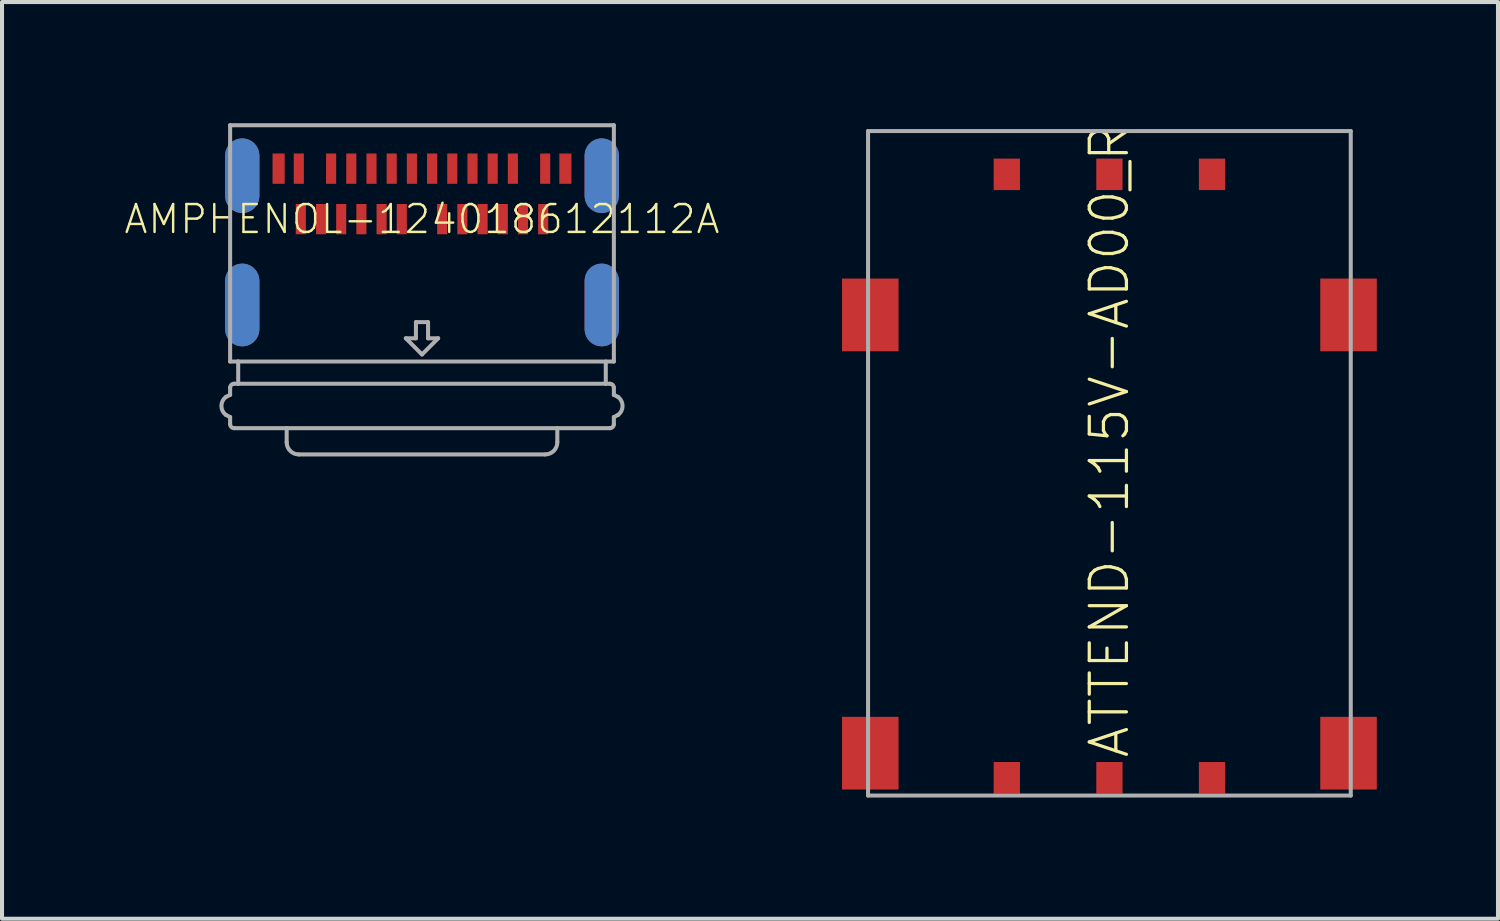
<source format=kicad_pcb>
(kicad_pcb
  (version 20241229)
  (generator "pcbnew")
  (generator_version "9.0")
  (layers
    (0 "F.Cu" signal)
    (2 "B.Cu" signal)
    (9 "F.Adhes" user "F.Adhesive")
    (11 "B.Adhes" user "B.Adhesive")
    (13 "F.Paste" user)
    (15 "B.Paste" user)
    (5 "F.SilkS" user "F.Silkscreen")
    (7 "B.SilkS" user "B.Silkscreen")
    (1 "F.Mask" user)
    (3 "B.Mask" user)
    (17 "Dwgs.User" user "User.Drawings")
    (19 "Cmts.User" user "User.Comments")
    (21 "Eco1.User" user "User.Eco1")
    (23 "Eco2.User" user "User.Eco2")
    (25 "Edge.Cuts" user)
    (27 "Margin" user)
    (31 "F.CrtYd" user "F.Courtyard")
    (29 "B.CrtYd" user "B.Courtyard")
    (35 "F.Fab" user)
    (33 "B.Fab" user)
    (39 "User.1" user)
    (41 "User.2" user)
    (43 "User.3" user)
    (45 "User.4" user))
  (footprint "ATTEND-115V-AD00_R"
    (layer "F.Cu")
    (at 24.415 7.87)
    (property "Reference" "ATTEND-115V-AD00_R" (at 0 0 90) (unlocked yes) (layer "F.SilkS") (effects (font (size 0.92 0.92) (thickness 0.08))))
    (fp_poly (pts (xy -5.22 -2.225) (xy -6.62 -2.225) (xy -6.62 -4.025) (xy -5.22 -4.025)) (stroke (width 0) (type default)) (fill yes) (layer "F.Paste"))
    (fp_poly (pts (xy -5.22 8.625) (xy -6.62 8.625) (xy -6.62 6.825) (xy -5.22 6.825)) (stroke (width 0) (type default)) (fill yes) (layer "F.Paste"))
    (fp_poly (pts (xy -2.215 -6.215) (xy -2.865 -6.215) (xy -2.865 -6.995) (xy -2.215 -6.995)) (stroke (width 0) (type default)) (fill yes) (layer "F.Paste"))
    (fp_poly (pts (xy -2.215 8.725) (xy -2.865 8.725) (xy -2.865 7.945) (xy -2.215 7.945)) (stroke (width 0) (type default)) (fill yes) (layer "F.Paste"))
    (fp_poly (pts (xy 0.325 -6.215) (xy -0.325 -6.215) (xy -0.325 -6.995) (xy 0.325 -6.995)) (stroke (width 0) (type default)) (fill yes) (layer "F.Paste"))
    (fp_poly (pts (xy 0.325 8.725) (xy -0.325 8.725) (xy -0.325 7.945) (xy 0.325 7.945)) (stroke (width 0) (type default)) (fill yes) (layer "F.Paste"))
    (fp_poly (pts (xy 2.865 -6.215) (xy 2.215 -6.215) (xy 2.215 -6.995) (xy 2.865 -6.995)) (stroke (width 0) (type default)) (fill yes) (layer "F.Paste"))
    (fp_poly (pts (xy 2.865 8.725) (xy 2.215 8.725) (xy 2.215 7.945) (xy 2.865 7.945)) (stroke (width 0) (type default)) (fill yes) (layer "F.Paste"))
    (fp_poly (pts (xy 6.62 -2.225) (xy 5.22 -2.225) (xy 5.22 -4.025) (xy 6.62 -4.025)) (stroke (width 0) (type default)) (fill yes) (layer "F.Paste"))
    (fp_poly (pts (xy 6.62 8.625) (xy 5.22 8.625) (xy 5.22 6.825) (xy 6.62 6.825)) (stroke (width 0) (type default)) (fill yes) (layer "F.Paste"))
    (fp_line (start -5.975 -7.675) (end -5.975 8.775) (stroke (width 0.1) (type solid)) (layer "F.Fab"))
    (fp_line (start -5.975 8.775) (end 5.975 8.775) (stroke (width 0.1) (type solid)) (layer "F.Fab"))
    (fp_line (start 5.975 -7.675) (end -5.975 -7.675) (stroke (width 0.1) (type solid)) (layer "F.Fab"))
    (fp_line (start 5.975 8.775) (end 5.975 -7.675) (stroke (width 0.1) (type solid)) (layer "F.Fab"))
    (pad "C1" smd rect (at 2.54 8.335) (size 0.65 0.78) (layers "F.Cu" "F.Mask"))
    (pad "C2" smd rect (at 0 8.335) (size 0.65 0.78) (layers "F.Cu" "F.Mask"))
    (pad "C3" smd rect (at -2.54 8.335) (size 0.65 0.78) (layers "F.Cu" "F.Mask"))
    (pad "C5" smd rect (at 2.54 -6.604) (size 0.65 0.78) (layers "F.Cu" "F.Mask"))
    (pad "C6" smd rect (at 0 -6.604) (size 0.65 0.78) (layers "F.Cu" "F.Mask"))
    (pad "C7" smd rect (at -2.54 -6.604) (size 0.65 0.78) (layers "F.Cu" "F.Mask"))
    (pad "S1" smd rect (at 5.92 7.726) (size 1.4 1.8) (layers "F.Cu" "F.Mask"))
    (pad "S2" smd rect (at -5.92 7.726) (size 1.4 1.8) (layers "F.Cu" "F.Mask"))
    (pad "S3" smd rect (at 5.92 -3.124) (size 1.4 1.8) (layers "F.Cu" "F.Mask"))
    (pad "S4" smd rect (at -5.92 -3.124) (size 1.4 1.8) (layers "F.Cu" "F.Mask")))
  (footprint "AMPHENOL-124018612112A"
    (layer "F.Cu")
    (at 7.397 2.375)
    (property "Reference" "AMPHENOL-124018612112A" (at 0 0 0) (unlocked yes) (layer "F.SilkS") (effects (font (size 0.69 0.69) (thickness 0.06))))
    (fp_line (start -4.45 -0.575) (end -4.45 -1.575) (stroke (width 0.95) (type solid)) (layer "F.Mask"))
    (fp_line (start -4.45 2.725) (end -4.45 1.525) (stroke (width 0.95) (type solid)) (layer "F.Mask"))
    (fp_line (start 4.45 -0.575) (end 4.45 -1.575) (stroke (width 0.95) (type solid)) (layer "F.Mask"))
    (fp_line (start 4.45 2.725) (end 4.45 1.525) (stroke (width 0.95) (type solid)) (layer "F.Mask"))
    (fp_poly (pts (xy -3.75 -0.825) (xy -3.35 -0.825) (xy -3.35 -1.675) (xy -3.75 -1.675)) (stroke (width 0) (type default)) (fill yes) (layer "F.Mask"))
    (fp_poly (pts (xy -3.225 -0.825) (xy -2.875 -0.825) (xy -2.875 -1.675) (xy -3.225 -1.675)) (stroke (width 0) (type default)) (fill yes) (layer "F.Mask"))
    (fp_poly (pts (xy -3.175 0.425) (xy -2.825 0.425) (xy -2.825 -0.425) (xy -3.175 -0.425)) (stroke (width 0) (type default)) (fill yes) (layer "F.Mask"))
    (fp_poly (pts (xy -2.675 0.425) (xy -2.325 0.425) (xy -2.325 -0.425) (xy -2.675 -0.425)) (stroke (width 0) (type default)) (fill yes) (layer "F.Mask"))
    (fp_poly (pts (xy -2.425 -0.825) (xy -2.075 -0.825) (xy -2.075 -1.675) (xy -2.425 -1.675)) (stroke (width 0) (type default)) (fill yes) (layer "F.Mask"))
    (fp_poly (pts (xy -2.175 0.425) (xy -1.825 0.425) (xy -1.825 -0.425) (xy -2.175 -0.425)) (stroke (width 0) (type default)) (fill yes) (layer "F.Mask"))
    (fp_poly (pts (xy -1.925 -0.825) (xy -1.575 -0.825) (xy -1.575 -1.675) (xy -1.925 -1.675)) (stroke (width 0) (type default)) (fill yes) (layer "F.Mask"))
    (fp_poly (pts (xy -1.675 0.425) (xy -1.325 0.425) (xy -1.325 -0.425) (xy -1.675 -0.425)) (stroke (width 0) (type default)) (fill yes) (layer "F.Mask"))
    (fp_poly (pts (xy -1.425 -0.825) (xy -1.075 -0.825) (xy -1.075 -1.675) (xy -1.425 -1.675)) (stroke (width 0) (type default)) (fill yes) (layer "F.Mask"))
    (fp_poly (pts (xy -1.175 0.425) (xy -0.825 0.425) (xy -0.825 -0.425) (xy -1.175 -0.425)) (stroke (width 0) (type default)) (fill yes) (layer "F.Mask"))
    (fp_poly (pts (xy -0.925 -0.825) (xy -0.575 -0.825) (xy -0.575 -1.675) (xy -0.925 -1.675)) (stroke (width 0) (type default)) (fill yes) (layer "F.Mask"))
    (fp_poly (pts (xy -0.675 0.425) (xy -0.325 0.425) (xy -0.325 -0.425) (xy -0.675 -0.425)) (stroke (width 0) (type default)) (fill yes) (layer "F.Mask"))
    (fp_poly (pts (xy -0.425 -0.825) (xy -0.075 -0.825) (xy -0.075 -1.675) (xy -0.425 -1.675)) (stroke (width 0) (type default)) (fill yes) (layer "F.Mask"))
    (fp_poly (pts (xy 0.075 -0.825) (xy 0.425 -0.825) (xy 0.425 -1.675) (xy 0.075 -1.675)) (stroke (width 0) (type default)) (fill yes) (layer "F.Mask"))
    (fp_poly (pts (xy 0.325 0.425) (xy 0.675 0.425) (xy 0.675 -0.425) (xy 0.325 -0.425)) (stroke (width 0) (type default)) (fill yes) (layer "F.Mask"))
    (fp_poly (pts (xy 0.575 -0.825) (xy 0.925 -0.825) (xy 0.925 -1.675) (xy 0.575 -1.675)) (stroke (width 0) (type default)) (fill yes) (layer "F.Mask"))
    (fp_poly (pts (xy 0.825 0.425) (xy 1.175 0.425) (xy 1.175 -0.425) (xy 0.825 -0.425)) (stroke (width 0) (type default)) (fill yes) (layer "F.Mask"))
    (fp_poly (pts (xy 1.075 -0.825) (xy 1.425 -0.825) (xy 1.425 -1.675) (xy 1.075 -1.675)) (stroke (width 0) (type default)) (fill yes) (layer "F.Mask"))
    (fp_poly (pts (xy 1.325 0.425) (xy 1.675 0.425) (xy 1.675 -0.425) (xy 1.325 -0.425)) (stroke (width 0) (type default)) (fill yes) (layer "F.Mask"))
    (fp_poly (pts (xy 1.575 -0.825) (xy 1.925 -0.825) (xy 1.925 -1.675) (xy 1.575 -1.675)) (stroke (width 0) (type default)) (fill yes) (layer "F.Mask"))
    (fp_poly (pts (xy 1.825 0.425) (xy 2.175 0.425) (xy 2.175 -0.425) (xy 1.825 -0.425)) (stroke (width 0) (type default)) (fill yes) (layer "F.Mask"))
    (fp_poly (pts (xy 2.075 -0.825) (xy 2.425 -0.825) (xy 2.425 -1.675) (xy 2.075 -1.675)) (stroke (width 0) (type default)) (fill yes) (layer "F.Mask"))
    (fp_poly (pts (xy 2.325 0.425) (xy 2.675 0.425) (xy 2.675 -0.425) (xy 2.325 -0.425)) (stroke (width 0) (type default)) (fill yes) (layer "F.Mask"))
    (fp_poly (pts (xy 2.825 0.425) (xy 3.175 0.425) (xy 3.175 -0.425) (xy 2.825 -0.425)) (stroke (width 0) (type default)) (fill yes) (layer "F.Mask"))
    (fp_poly (pts (xy 2.875 -0.825) (xy 3.225 -0.825) (xy 3.225 -1.675) (xy 2.875 -1.675)) (stroke (width 0) (type default)) (fill yes) (layer "F.Mask"))
    (fp_poly (pts (xy 3.35 -0.825) (xy 3.75 -0.825) (xy 3.75 -1.675) (xy 3.35 -1.675)) (stroke (width 0) (type default)) (fill yes) (layer "F.Mask"))
    (fp_line (start -4.45 -0.575) (end -4.45 -1.575) (stroke (width 0.85) (type solid)) (layer "B.Cu"))
    (fp_line (start -4.45 2.725) (end -4.45 1.525) (stroke (width 0.85) (type solid)) (layer "B.Cu"))
    (fp_line (start 4.45 -0.575) (end 4.45 -1.575) (stroke (width 0.85) (type solid)) (layer "B.Cu"))
    (fp_line (start 4.45 2.725) (end 4.45 1.525) (stroke (width 0.85) (type solid)) (layer "B.Cu"))
    (fp_line (start -4.45 -0.575) (end -4.45 -1.575) (stroke (width 0.95) (type solid)) (layer "B.Mask"))
    (fp_line (start -4.45 2.725) (end -4.45 1.525) (stroke (width 0.95) (type solid)) (layer "B.Mask"))
    (fp_line (start 4.45 -0.575) (end 4.45 -1.575) (stroke (width 0.95) (type solid)) (layer "B.Mask"))
    (fp_line (start 4.45 2.725) (end 4.45 1.525) (stroke (width 0.95) (type solid)) (layer "B.Mask"))
    (fp_line (start -4.85 4.4) (end -4.75 4.35) (stroke (width 0.1) (type solid)) (layer "F.Fab"))
    (fp_line (start -4.85 4.85) (end -4.75 4.9) (stroke (width 0.1) (type solid)) (layer "F.Fab"))
    (fp_line (start -4.75 -2.325) (end -4.75 3.525) (stroke (width 0.1) (type solid)) (layer "F.Fab"))
    (fp_line (start -4.75 -2.325) (end 4.75 -2.325) (stroke (width 0.1) (type solid)) (layer "F.Fab"))
    (fp_line (start -4.75 3.525) (end -4.55 3.525) (stroke (width 0.1) (type solid)) (layer "F.Fab"))
    (fp_line (start -4.75 4.175) (end -4.75 4.35) (stroke (width 0.1) (type solid)) (layer "F.Fab"))
    (fp_line (start -4.75 4.9) (end -4.75 5.075) (stroke (width 0.1) (type solid)) (layer "F.Fab"))
    (fp_line (start -4.65 4.075) (end -4.55 4.075) (stroke (width 0.1) (type solid)) (layer "F.Fab"))
    (fp_line (start -4.65 5.175) (end -3.35 5.175) (stroke (width 0.1) (type solid)) (layer "F.Fab"))
    (fp_line (start -4.55 3.525) (end -4.55 4.075) (stroke (width 0.1) (type solid)) (layer "F.Fab"))
    (fp_line (start -4.55 3.525) (end 4.75 3.525) (stroke (width 0.1) (type solid)) (layer "F.Fab"))
    (fp_line (start -4.55 4.075) (end 4.55 4.075) (stroke (width 0.1) (type solid)) (layer "F.Fab"))
    (fp_line (start -3.35 5.175) (end -3.35 5.525) (stroke (width 0.1) (type solid)) (layer "F.Fab"))
    (fp_line (start -3.35 5.175) (end 3.35 5.175) (stroke (width 0.1) (type solid)) (layer "F.Fab"))
    (fp_line (start -3.05 5.825) (end 3.05 5.825) (stroke (width 0.1) (type solid)) (layer "F.Fab"))
    (fp_line (start -0.15 2.55) (end -0.15 2.95) (stroke (width 0.1) (type solid)) (layer "F.Fab"))
    (fp_line (start -0.15 2.95) (end -0.4 2.95) (stroke (width 0.1) (type solid)) (layer "F.Fab"))
    (fp_line (start 0 3.35) (end -0.4 2.95) (stroke (width 0.1) (type solid)) (layer "F.Fab"))
    (fp_line (start 0 3.35) (end 0.4 2.95) (stroke (width 0.1) (type solid)) (layer "F.Fab"))
    (fp_line (start 0.15 2.55) (end -0.15 2.55) (stroke (width 0.1) (type solid)) (layer "F.Fab"))
    (fp_line (start 0.15 2.95) (end 0.15 2.55) (stroke (width 0.1) (type solid)) (layer "F.Fab"))
    (fp_line (start 0.4 2.95) (end 0.15 2.95) (stroke (width 0.1) (type solid)) (layer "F.Fab"))
    (fp_line (start 3.35 5.175) (end 3.35 5.525) (stroke (width 0.1) (type solid)) (layer "F.Fab"))
    (fp_line (start 3.35 5.175) (end 4.65 5.175) (stroke (width 0.1) (type solid)) (layer "F.Fab"))
    (fp_line (start 4.55 3.525) (end 4.55 4.075) (stroke (width 0.1) (type solid)) (layer "F.Fab"))
    (fp_line (start 4.65 4.075) (end 4.55 4.075) (stroke (width 0.1) (type solid)) (layer "F.Fab"))
    (fp_line (start 4.75 -2.325) (end 4.75 3.525) (stroke (width 0.1) (type solid)) (layer "F.Fab"))
    (fp_line (start 4.75 4.175) (end 4.75 4.35) (stroke (width 0.1) (type solid)) (layer "F.Fab"))
    (fp_line (start 4.75 4.9) (end 4.75 5.075) (stroke (width 0.1) (type solid)) (layer "F.Fab"))
    (fp_line (start 4.85 4.4) (end 4.75 4.35) (stroke (width 0.1) (type solid)) (layer "F.Fab"))
    (fp_line (start 4.85 4.85) (end 4.75 4.9) (stroke (width 0.1) (type solid)) (layer "F.Fab"))
    (fp_arc (start -4.85 4.85) (mid -4.964577 4.624999) (end -4.849999 4.399999) (stroke (width 0.1) (type solid)) (layer "F.Fab"))
    (fp_arc (start -4.75 4.175) (mid -4.720711 4.104289) (end -4.65 4.075) (stroke (width 0.1) (type solid)) (layer "F.Fab"))
    (fp_arc (start -4.65 5.175) (mid -4.720711 5.145711) (end -4.75 5.075) (stroke (width 0.1) (type solid)) (layer "F.Fab"))
    (fp_arc (start -3.05 5.825) (mid -3.262132 5.737132) (end -3.35 5.525) (stroke (width 0.1) (type solid)) (layer "F.Fab"))
    (fp_arc (start 3.35 5.525) (mid 3.262132 5.737132) (end 3.05 5.825) (stroke (width 0.1) (type solid)) (layer "F.Fab"))
    (fp_arc (start 4.65 4.075) (mid 4.720711 4.104289) (end 4.75 4.175) (stroke (width 0.1) (type solid)) (layer "F.Fab"))
    (fp_arc (start 4.75 5.075) (mid 4.720711 5.145711) (end 4.65 5.175) (stroke (width 0.1) (type solid)) (layer "F.Fab"))
    (fp_arc (start 4.849999 4.399999) (mid 4.964578 4.624999) (end 4.85 4.85) (stroke (width 0.1) (type solid)) (layer "F.Fab"))
    (pad "A1" smd rect (at -3.05 -1.25) (size 0.25 0.75) (layers "F.Cu" "F.Paste"))
    (pad "A2" smd rect (at -2.25 -1.25) (size 0.25 0.75) (layers "F.Cu" "F.Paste"))
    (pad "A3" smd rect (at -1.75 -1.25) (size 0.25 0.75) (layers "F.Cu" "F.Paste"))
    (pad "A4" smd rect (at -1.25 -1.25) (size 0.25 0.75) (layers "F.Cu" "F.Paste"))
    (pad "A5" smd rect (at -0.75 -1.25) (size 0.25 0.75) (layers "F.Cu" "F.Paste"))
    (pad "A6" smd rect (at -0.25 -1.25) (size 0.25 0.75) (layers "F.Cu" "F.Paste"))
    (pad "A7" smd rect (at 0.25 -1.25) (size 0.25 0.75) (layers "F.Cu" "F.Paste"))
    (pad "A8" smd rect (at 0.75 -1.25) (size 0.25 0.75) (layers "F.Cu" "F.Paste"))
    (pad "A9" smd rect (at 1.25 -1.25) (size 0.25 0.75) (layers "F.Cu" "F.Paste"))
    (pad "A10" smd rect (at 1.75 -1.25) (size 0.25 0.75) (layers "F.Cu" "F.Paste"))
    (pad "A11" smd rect (at 2.25 -1.25) (size 0.25 0.75) (layers "F.Cu" "F.Paste"))
    (pad "A12" smd rect (at 3.05 -1.25) (size 0.25 0.75) (layers "F.Cu" "F.Paste"))
    (pad "B1" smd rect (at 3 0) (size 0.25 0.75) (layers "F.Cu" "F.Paste"))
    (pad "B2" smd rect (at 2.5 0) (size 0.25 0.75) (layers "F.Cu" "F.Paste"))
    (pad "B3" smd rect (at 2 0) (size 0.25 0.75) (layers "F.Cu" "F.Paste"))
    (pad "B4" smd rect (at 1.5 0) (size 0.25 0.75) (layers "F.Cu" "F.Paste"))
    (pad "B5" smd rect (at 1 0) (size 0.25 0.75) (layers "F.Cu" "F.Paste"))
    (pad "B6" smd rect (at 0.5 0) (size 0.25 0.75) (layers "F.Cu" "F.Paste"))
    (pad "B7" smd rect (at -0.5 0) (size 0.25 0.75) (layers "F.Cu" "F.Paste"))
    (pad "B8" smd rect (at -1 0) (size 0.25 0.75) (layers "F.Cu" "F.Paste"))
    (pad "B9" smd rect (at -1.5 0) (size 0.25 0.75) (layers "F.Cu" "F.Paste"))
    (pad "B10" smd rect (at -2 0) (size 0.25 0.75) (layers "F.Cu" "F.Paste"))
    (pad "B11" smd rect (at -2.5 0) (size 0.25 0.75) (layers "F.Cu" "F.Paste"))
    (pad "B12" smd rect (at -3 0) (size 0.25 0.75) (layers "F.Cu" "F.Paste"))
    (pad "S1" smd rect (at -3.55 -1.25) (size 0.3 0.75) (layers "F.Cu" "F.Paste"))
    (pad "S2" smd rect (at 3.55 -1.25) (size 0.3 0.75) (layers "F.Cu" "F.Paste"))
    (pad "S3" smd roundrect (at -4.45 -1.075 90) (size 1.85 0.85) (layers "F.Cu" "F.Paste") (roundrect_rratio 0.5))
    (pad "S4" smd roundrect (at 4.45 -1.075 90) (size 1.85 0.85) (layers "F.Cu" "F.Paste") (roundrect_rratio 0.5))
    (pad "S5" smd roundrect (at -4.45 2.125 90) (size 2.05 0.85) (layers "F.Cu" "F.Paste") (roundrect_rratio 0.5))
    (pad "S6" smd roundrect (at 4.45 2.125 90) (size 2.05 0.85) (layers "F.Cu" "F.Paste") (roundrect_rratio 0.5)))
  (gr_rect
    (start -3 -3)
    (end 34.035 19.695)
    (stroke (width 0.1) (type default))
    (fill no)
    (layer "Edge.Cuts")))
</source>
